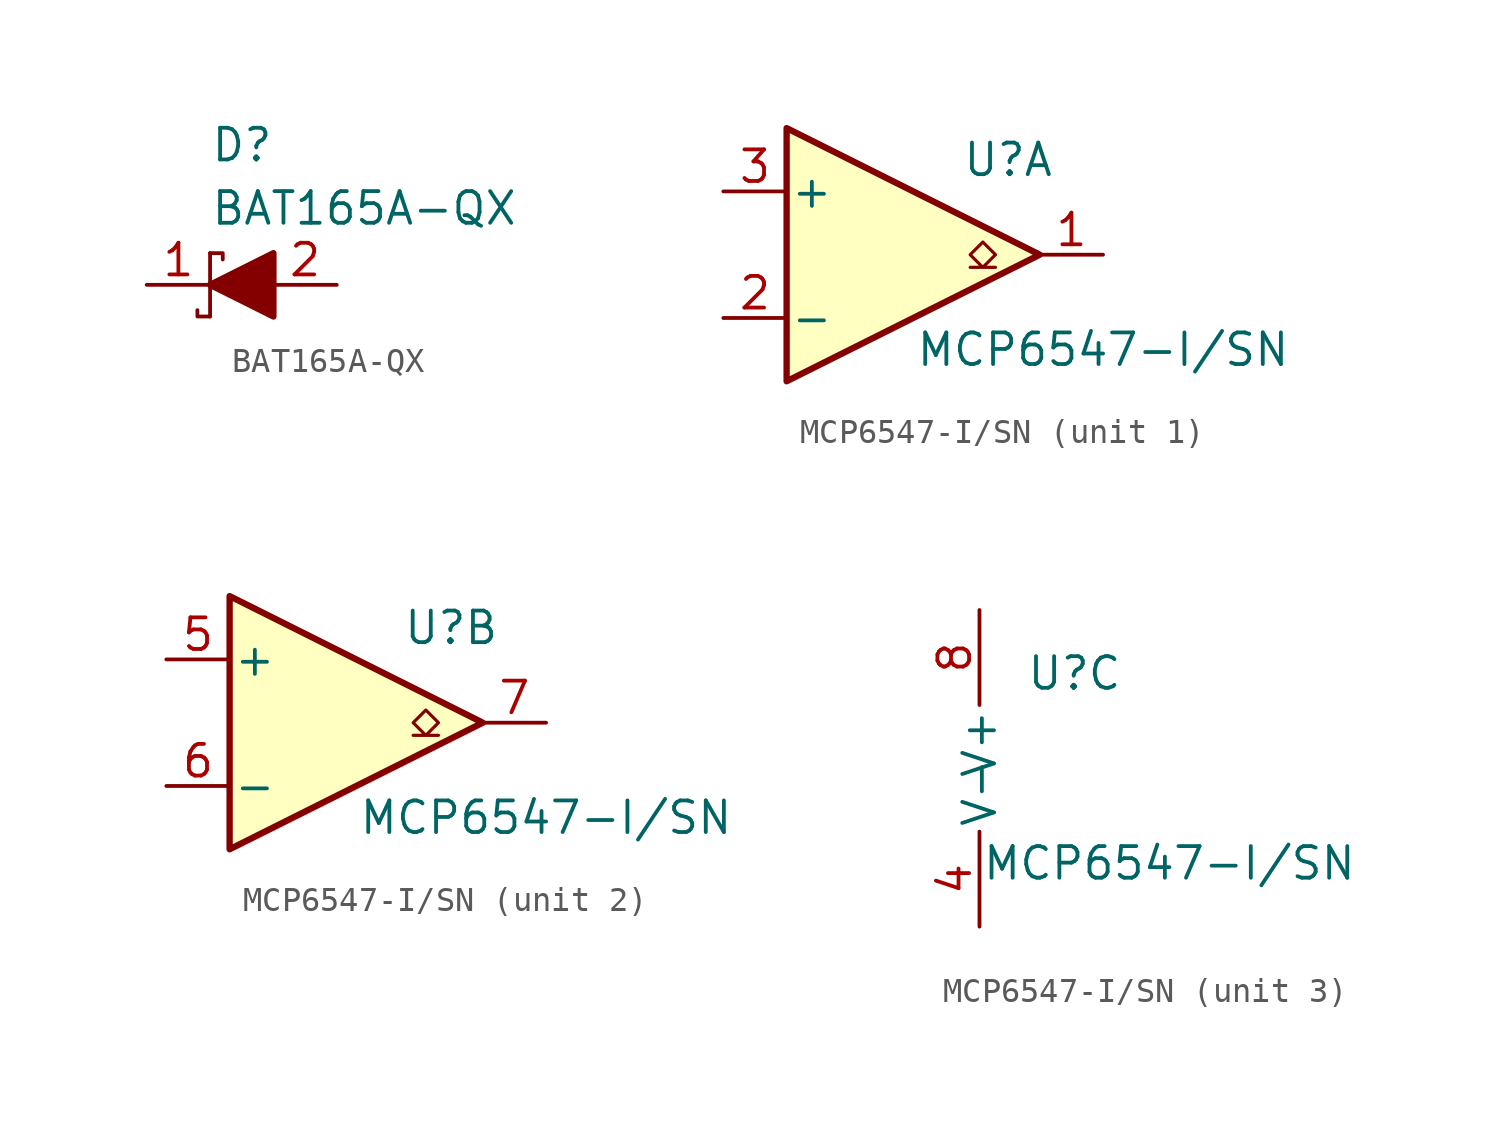
<source format=kicad_sym>
(kicad_symbol_lib
  (version 20241209)
  (generator "kicad_symbol_editor")
  (generator_version "9.0")
  (symbol "BAT165A-QX"
    (pin_names
      (hide yes))
    (property "Reference" "D"
      (at 2.54 6.35 0)
      (effects (font (size 1.27 1.27)) (justify left top)))
    (property "Value" "BAT165A-QX"
      (at 2.54 3.81 0)
      (effects (font (size 1.27 1.27)) (justify left top)))
    (symbol "BAT165A-QX_0_1"
      (polyline (pts (xy 2.54 1.27) (xy 2.54 -1.27)) (stroke (width 0) (type default)) (fill (type none)))
      (polyline (pts (xy 2.54 1.27) (xy 3.048 1.27) (xy 3.048 1.016)) (stroke (width 0) (type default)) (fill (type none)))
      (polyline (pts (xy 2.54 -1.27) (xy 2.032 -1.27) (xy 2.032 -1.016)) (stroke (width 0) (type default)) (fill (type none))))
    (symbol "BAT165A-QX_1_1"
      (polyline (pts (xy 2.54 0) (xy 5.08 1.27) (xy 5.08 -1.27) (xy 2.54 0)) (stroke (width 0.254) (type default)) (fill (type outline)))
      (pin passive line (at 0 0 0) (length 2.54) (name "K" (effects (font (size 1.27 1.27)))) (number "1" (effects (font (size 1.27 1.27)))))
      (pin passive line (at 7.62 0 180) (length 2.54) (name "A" (effects (font (size 1.27 1.27)))) (number "2" (effects (font (size 1.27 1.27)))))))
  (symbol "MCP6547-I/SN"
    (pin_names
      (offset 0.127))
    (property "Reference" "U"
      (at 3.81 3.81 0)
      (effects (font (size 1.27 1.27))))
    (property "Value" "MCP6547-I/SN"
      (at 7.62 -3.81 0)
      (effects (font (size 1.27 1.27))))
    (property "ki_locked" ""
      (at 0 0 0)
      (effects (font (size 1.27 1.27))))
    (symbol "MCP6547-I/SN_1_1"
      (polyline (pts (xy -5.08 5.08) (xy 5.08 0) (xy -5.08 -5.08) (xy -5.08 5.08)) (stroke (width 0.254) (type default)) (fill (type background)))
      (polyline (pts (xy 3.302 -0.508) (xy 2.794 -0.508) (xy 3.302 0) (xy 2.794 0.508) (xy 2.286 0) (xy 2.794 -0.508) (xy 2.286 -0.508)) (stroke (width 0.127) (type default)) (fill (type none)))
      (pin input line (at -7.62 2.54 0) (length 2.54) (name "+" (effects (font (size 1.27 1.27)))) (number "3" (effects (font (size 1.27 1.27)))))
      (pin input line (at -7.62 -2.54 0) (length 2.54) (name "-" (effects (font (size 1.27 1.27)))) (number "2" (effects (font (size 1.27 1.27)))))
      (pin open_collector line (at 7.62 0 180) (length 2.54) (name "~" (effects (font (size 1.27 1.27)))) (number "1" (effects (font (size 1.27 1.27))))))
    (symbol "MCP6547-I/SN_2_1"
      (polyline (pts (xy -5.08 5.08) (xy 5.08 0) (xy -5.08 -5.08) (xy -5.08 5.08)) (stroke (width 0.254) (type default)) (fill (type background)))
      (polyline (pts (xy 3.302 -0.508) (xy 2.794 -0.508) (xy 3.302 0) (xy 2.794 0.508) (xy 2.286 0) (xy 2.794 -0.508) (xy 2.286 -0.508)) (stroke (width 0.127) (type default)) (fill (type none)))
      (pin input line (at -7.62 2.54 0) (length 2.54) (name "+" (effects (font (size 1.27 1.27)))) (number "5" (effects (font (size 1.27 1.27)))))
      (pin input line (at -7.62 -2.54 0) (length 2.54) (name "-" (effects (font (size 1.27 1.27)))) (number "6" (effects (font (size 1.27 1.27)))))
      (pin open_collector line (at 7.62 0 180) (length 2.54) (name "~" (effects (font (size 1.27 1.27)))) (number "7" (effects (font (size 1.27 1.27))))))
    (symbol "MCP6547-I/SN_3_1"
      (pin power_in line (at 0 6.35 270) (length 3.81) (name "V+" (effects (font (size 1.27 1.27)))) (number "8" (effects (font (size 1.27 1.27)))))
      (pin power_in line (at 0 -6.35 90) (length 3.81) (name "V-" (effects (font (size 1.27 1.27)))) (number "4" (effects (font (size 1.27 1.27))))))))
</source>
